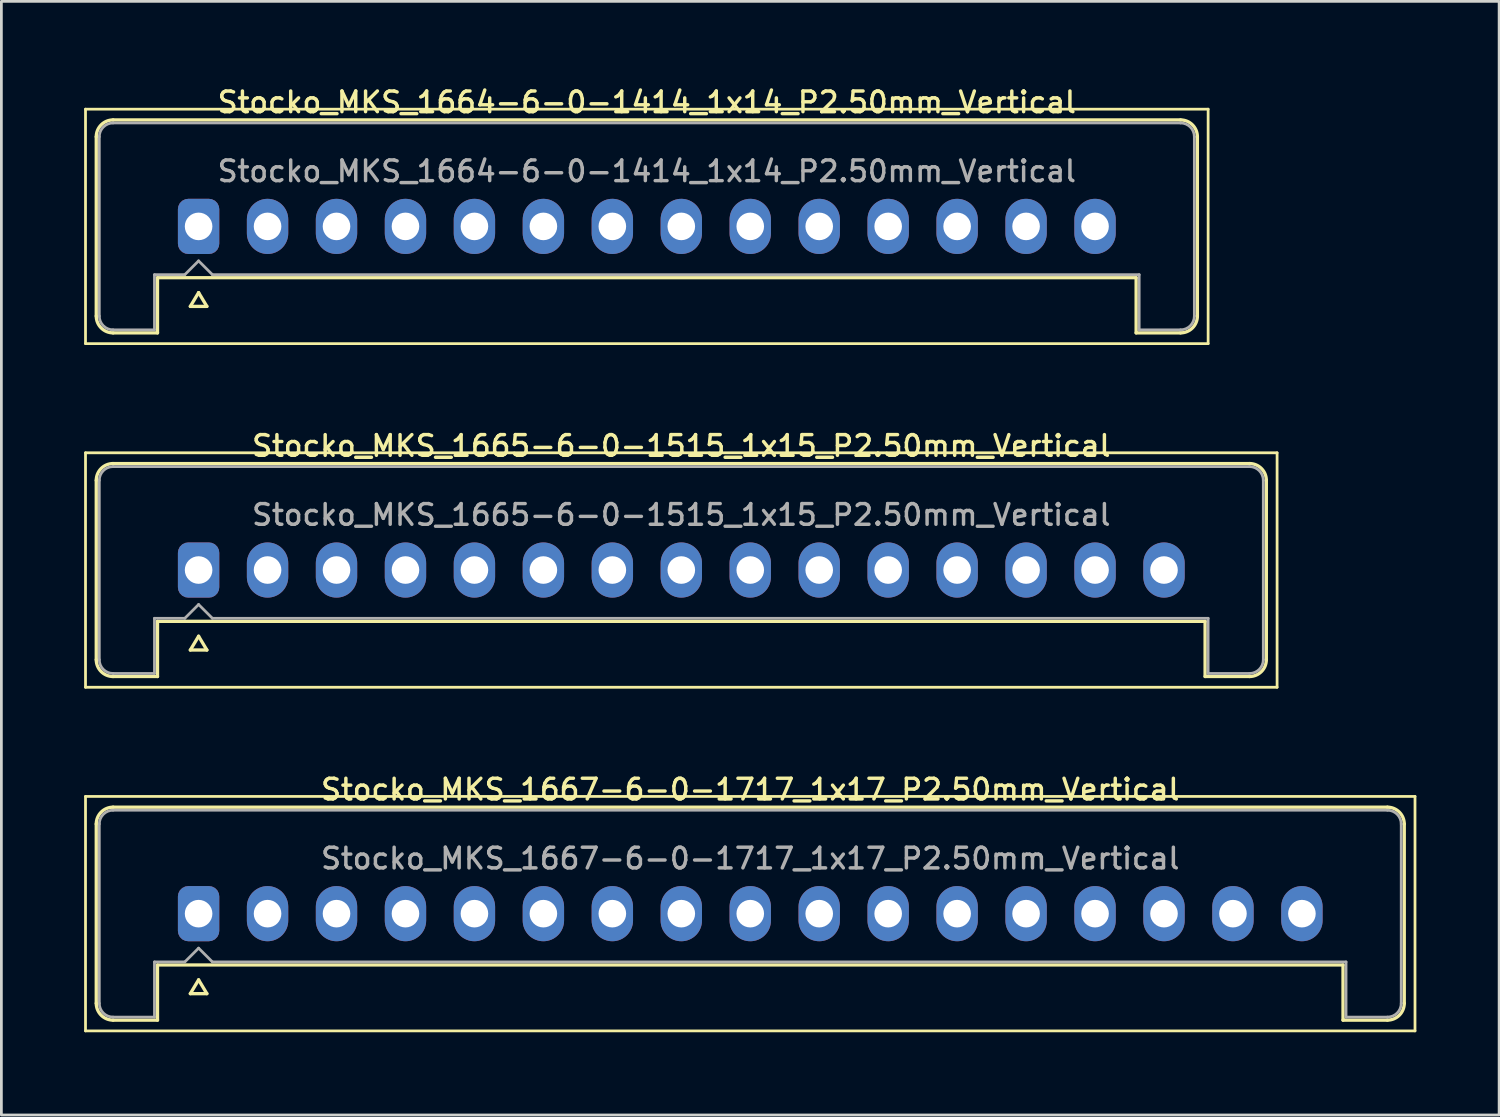
<source format=kicad_pcb>
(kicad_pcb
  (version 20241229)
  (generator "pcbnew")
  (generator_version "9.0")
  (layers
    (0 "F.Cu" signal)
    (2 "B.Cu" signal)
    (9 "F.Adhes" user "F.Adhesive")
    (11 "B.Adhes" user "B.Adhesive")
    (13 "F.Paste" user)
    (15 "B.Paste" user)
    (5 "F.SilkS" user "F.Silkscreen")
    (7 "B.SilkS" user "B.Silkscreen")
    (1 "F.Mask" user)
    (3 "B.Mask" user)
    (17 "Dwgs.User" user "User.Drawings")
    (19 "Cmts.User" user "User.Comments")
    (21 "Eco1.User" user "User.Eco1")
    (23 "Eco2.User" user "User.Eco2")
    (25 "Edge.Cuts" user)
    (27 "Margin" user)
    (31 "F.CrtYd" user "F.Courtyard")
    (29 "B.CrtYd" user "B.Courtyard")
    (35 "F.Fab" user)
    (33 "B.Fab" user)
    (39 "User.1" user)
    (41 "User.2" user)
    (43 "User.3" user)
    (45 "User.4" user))
  (footprint "Stocko_MKS_1665-6-0-1515_1x15_P2.50mm_Vertical"
    (layer "F.Cu")
    (at 4.15 17.616)
    (property "Reference" "Stocko_MKS_1665-6-0-1515_1x15_P2.50mm_Vertical" (at 17.5 -4.5 0) (layer "F.SilkS") (effects (font (size 0.75 0.75) (thickness 0.125))))
    (attr through_hole)
    (fp_line (start -4.1 -4.25) (end -4.1 4.25) (stroke (width 0.1) (type solid)) (layer "F.SilkS"))
    (fp_line (start -4.1 4.25) (end 39.1 4.25) (stroke (width 0.1) (type solid)) (layer "F.SilkS"))
    (fp_line (start -3.71 -3.25) (end -3.71 3.25) (stroke (width 0.12) (type solid)) (layer "F.SilkS"))
    (fp_line (start -3.1 -3.86) (end 38.1 -3.86) (stroke (width 0.12) (type solid)) (layer "F.SilkS"))
    (fp_line (start -3.1 3.86) (end -1.49 3.86) (stroke (width 0.12) (type solid)) (layer "F.SilkS"))
    (fp_line (start -1.49 1.86) (end 36.49 1.86) (stroke (width 0.12) (type solid)) (layer "F.SilkS"))
    (fp_line (start -1.49 3.86) (end -1.49 1.86) (stroke (width 0.12) (type solid)) (layer "F.SilkS"))
    (fp_line (start -0.3 2.9) (end 0.3 2.9) (stroke (width 0.12) (type solid)) (layer "F.SilkS"))
    (fp_line (start 0 2.4) (end -0.3 2.9) (stroke (width 0.12) (type solid)) (layer "F.SilkS"))
    (fp_line (start 0.3 2.9) (end 0 2.4) (stroke (width 0.12) (type solid)) (layer "F.SilkS"))
    (fp_line (start 36.49 3.86) (end 36.49 1.86) (stroke (width 0.12) (type solid)) (layer "F.SilkS"))
    (fp_line (start 38.1 3.86) (end 36.49 3.86) (stroke (width 0.12) (type solid)) (layer "F.SilkS"))
    (fp_line (start 38.71 -3.25) (end 38.71 3.25) (stroke (width 0.12) (type solid)) (layer "F.SilkS"))
    (fp_line (start 39.1 -4.25) (end -4.1 -4.25) (stroke (width 0.1) (type solid)) (layer "F.SilkS"))
    (fp_line (start 39.1 4.25) (end 39.1 -4.25) (stroke (width 0.1) (type solid)) (layer "F.SilkS"))
    (fp_arc (start -3.71 -3.25) (mid -3.531335 -3.681335) (end -3.1 -3.86) (stroke (width 0.12) (type solid)) (layer "F.SilkS"))
    (fp_arc (start -3.1 3.86) (mid -3.531335 3.681335) (end -3.71 3.25) (stroke (width 0.12) (type solid)) (layer "F.SilkS"))
    (fp_arc (start 38.1 -3.86) (mid 38.531335 -3.681335) (end 38.71 -3.25) (stroke (width 0.12) (type solid)) (layer "F.SilkS"))
    (fp_arc (start 38.71 3.25) (mid 38.531335 3.681335) (end 38.1 3.86) (stroke (width 0.12) (type solid)) (layer "F.SilkS"))
    (fp_line (start -3.6 -3.25) (end -3.6 3.25) (stroke (width 0.1) (type solid)) (layer "F.Fab"))
    (fp_line (start -3.1 -3.75) (end 38.1 -3.75) (stroke (width 0.1) (type solid)) (layer "F.Fab"))
    (fp_line (start -3.1 3.75) (end -1.6 3.75) (stroke (width 0.1) (type solid)) (layer "F.Fab"))
    (fp_line (start -1.6 1.75) (end -0.5 1.75) (stroke (width 0.1) (type solid)) (layer "F.Fab"))
    (fp_line (start -1.6 3.75) (end -1.6 1.75) (stroke (width 0.1) (type solid)) (layer "F.Fab"))
    (fp_line (start -0.5 1.75) (end 0 1.25) (stroke (width 0.1) (type solid)) (layer "F.Fab"))
    (fp_line (start 0 1.25) (end 0.5 1.75) (stroke (width 0.1) (type solid)) (layer "F.Fab"))
    (fp_line (start 0.5 1.75) (end 36.6 1.75) (stroke (width 0.1) (type solid)) (layer "F.Fab"))
    (fp_line (start 36.6 3.75) (end 36.6 1.75) (stroke (width 0.1) (type solid)) (layer "F.Fab"))
    (fp_line (start 38.1 3.75) (end 36.6 3.75) (stroke (width 0.1) (type solid)) (layer "F.Fab"))
    (fp_line (start 38.6 -3.25) (end 38.6 3.25) (stroke (width 0.1) (type solid)) (layer "F.Fab"))
    (fp_arc (start -3.6 -3.25) (mid -3.453553 -3.603553) (end -3.1 -3.75) (stroke (width 0.1) (type solid)) (layer "F.Fab"))
    (fp_arc (start -3.1 3.75) (mid -3.453553 3.603553) (end -3.6 3.25) (stroke (width 0.1) (type solid)) (layer "F.Fab"))
    (fp_arc (start 38.1 -3.75) (mid 38.453553 -3.603553) (end 38.6 -3.25) (stroke (width 0.1) (type solid)) (layer "F.Fab"))
    (fp_arc (start 38.6 3.25) (mid 38.453553 3.603553) (end 38.1 3.75) (stroke (width 0.1) (type solid)) (layer "F.Fab"))
    (fp_text user "${REFERENCE}" (at 17.5 -2 0) (layer "F.Fab") (effects (font (size 0.75 0.75) (thickness 0.125))))
    (pad "1" thru_hole roundrect (at 0 0) (size 1.5 2) (drill 1) (layers "*.Cu" "*.Mask") (roundrect_rratio 0.25))
    (pad "2" thru_hole oval (at 2.5 0) (size 1.5 2) (drill 1) (layers "*.Cu" "*.Mask"))
    (pad "3" thru_hole oval (at 5 0) (size 1.5 2) (drill 1) (layers "*.Cu" "*.Mask"))
    (pad "4" thru_hole oval (at 7.5 0) (size 1.5 2) (drill 1) (layers "*.Cu" "*.Mask"))
    (pad "5" thru_hole oval (at 10 0) (size 1.5 2) (drill 1) (layers "*.Cu" "*.Mask"))
    (pad "6" thru_hole oval (at 12.5 0) (size 1.5 2) (drill 1) (layers "*.Cu" "*.Mask"))
    (pad "7" thru_hole oval (at 15 0) (size 1.5 2) (drill 1) (layers "*.Cu" "*.Mask"))
    (pad "8" thru_hole oval (at 17.5 0) (size 1.5 2) (drill 1) (layers "*.Cu" "*.Mask"))
    (pad "9" thru_hole oval (at 20 0) (size 1.5 2) (drill 1) (layers "*.Cu" "*.Mask"))
    (pad "10" thru_hole oval (at 22.5 0) (size 1.5 2) (drill 1) (layers "*.Cu" "*.Mask"))
    (pad "11" thru_hole oval (at 25 0) (size 1.5 2) (drill 1) (layers "*.Cu" "*.Mask"))
    (pad "12" thru_hole oval (at 27.5 0) (size 1.5 2) (drill 1) (layers "*.Cu" "*.Mask"))
    (pad "13" thru_hole oval (at 30 0) (size 1.5 2) (drill 1) (layers "*.Cu" "*.Mask"))
    (pad "14" thru_hole oval (at 32.5 0) (size 1.5 2) (drill 1) (layers "*.Cu" "*.Mask"))
    (pad "15" thru_hole oval (at 35 0) (size 1.5 2) (drill 1) (layers "*.Cu" "*.Mask")))
  (footprint "Stocko_MKS_1667-6-0-1717_1x17_P2.50mm_Vertical"
    (layer "F.Cu")
    (at 4.15 30.074)
    (property "Reference" "Stocko_MKS_1667-6-0-1717_1x17_P2.50mm_Vertical" (at 20 -4.5 0) (layer "F.SilkS") (effects (font (size 0.75 0.75) (thickness 0.125))))
    (attr through_hole)
    (fp_line (start -4.1 -4.25) (end -4.1 4.25) (stroke (width 0.1) (type solid)) (layer "F.SilkS"))
    (fp_line (start -4.1 4.25) (end 44.1 4.25) (stroke (width 0.1) (type solid)) (layer "F.SilkS"))
    (fp_line (start -3.71 -3.25) (end -3.71 3.25) (stroke (width 0.12) (type solid)) (layer "F.SilkS"))
    (fp_line (start -3.1 -3.86) (end 43.1 -3.86) (stroke (width 0.12) (type solid)) (layer "F.SilkS"))
    (fp_line (start -3.1 3.86) (end -1.49 3.86) (stroke (width 0.12) (type solid)) (layer "F.SilkS"))
    (fp_line (start -1.49 1.86) (end 41.49 1.86) (stroke (width 0.12) (type solid)) (layer "F.SilkS"))
    (fp_line (start -1.49 3.86) (end -1.49 1.86) (stroke (width 0.12) (type solid)) (layer "F.SilkS"))
    (fp_line (start -0.3 2.9) (end 0.3 2.9) (stroke (width 0.12) (type solid)) (layer "F.SilkS"))
    (fp_line (start 0 2.4) (end -0.3 2.9) (stroke (width 0.12) (type solid)) (layer "F.SilkS"))
    (fp_line (start 0.3 2.9) (end 0 2.4) (stroke (width 0.12) (type solid)) (layer "F.SilkS"))
    (fp_line (start 41.49 3.86) (end 41.49 1.86) (stroke (width 0.12) (type solid)) (layer "F.SilkS"))
    (fp_line (start 43.1 3.86) (end 41.49 3.86) (stroke (width 0.12) (type solid)) (layer "F.SilkS"))
    (fp_line (start 43.71 -3.25) (end 43.71 3.25) (stroke (width 0.12) (type solid)) (layer "F.SilkS"))
    (fp_line (start 44.1 -4.25) (end -4.1 -4.25) (stroke (width 0.1) (type solid)) (layer "F.SilkS"))
    (fp_line (start 44.1 4.25) (end 44.1 -4.25) (stroke (width 0.1) (type solid)) (layer "F.SilkS"))
    (fp_arc (start -3.71 -3.25) (mid -3.531335 -3.681335) (end -3.1 -3.86) (stroke (width 0.12) (type solid)) (layer "F.SilkS"))
    (fp_arc (start -3.1 3.86) (mid -3.531335 3.681335) (end -3.71 3.25) (stroke (width 0.12) (type solid)) (layer "F.SilkS"))
    (fp_arc (start 43.1 -3.86) (mid 43.531335 -3.681335) (end 43.71 -3.25) (stroke (width 0.12) (type solid)) (layer "F.SilkS"))
    (fp_arc (start 43.71 3.25) (mid 43.531335 3.681335) (end 43.1 3.86) (stroke (width 0.12) (type solid)) (layer "F.SilkS"))
    (fp_line (start -3.6 -3.25) (end -3.6 3.25) (stroke (width 0.1) (type solid)) (layer "F.Fab"))
    (fp_line (start -3.1 -3.75) (end 43.1 -3.75) (stroke (width 0.1) (type solid)) (layer "F.Fab"))
    (fp_line (start -3.1 3.75) (end -1.6 3.75) (stroke (width 0.1) (type solid)) (layer "F.Fab"))
    (fp_line (start -1.6 1.75) (end -0.5 1.75) (stroke (width 0.1) (type solid)) (layer "F.Fab"))
    (fp_line (start -1.6 3.75) (end -1.6 1.75) (stroke (width 0.1) (type solid)) (layer "F.Fab"))
    (fp_line (start -0.5 1.75) (end 0 1.25) (stroke (width 0.1) (type solid)) (layer "F.Fab"))
    (fp_line (start 0 1.25) (end 0.5 1.75) (stroke (width 0.1) (type solid)) (layer "F.Fab"))
    (fp_line (start 0.5 1.75) (end 41.6 1.75) (stroke (width 0.1) (type solid)) (layer "F.Fab"))
    (fp_line (start 41.6 3.75) (end 41.6 1.75) (stroke (width 0.1) (type solid)) (layer "F.Fab"))
    (fp_line (start 43.1 3.75) (end 41.6 3.75) (stroke (width 0.1) (type solid)) (layer "F.Fab"))
    (fp_line (start 43.6 -3.25) (end 43.6 3.25) (stroke (width 0.1) (type solid)) (layer "F.Fab"))
    (fp_arc (start -3.6 -3.25) (mid -3.453553 -3.603553) (end -3.1 -3.75) (stroke (width 0.1) (type solid)) (layer "F.Fab"))
    (fp_arc (start -3.1 3.75) (mid -3.453553 3.603553) (end -3.6 3.25) (stroke (width 0.1) (type solid)) (layer "F.Fab"))
    (fp_arc (start 43.1 -3.75) (mid 43.453553 -3.603553) (end 43.6 -3.25) (stroke (width 0.1) (type solid)) (layer "F.Fab"))
    (fp_arc (start 43.6 3.25) (mid 43.453553 3.603553) (end 43.1 3.75) (stroke (width 0.1) (type solid)) (layer "F.Fab"))
    (fp_text user "${REFERENCE}" (at 20 -2 0) (layer "F.Fab") (effects (font (size 0.75 0.75) (thickness 0.125))))
    (pad "1" thru_hole roundrect (at 0 0) (size 1.5 2) (drill 1) (layers "*.Cu" "*.Mask") (roundrect_rratio 0.25))
    (pad "2" thru_hole oval (at 2.5 0) (size 1.5 2) (drill 1) (layers "*.Cu" "*.Mask"))
    (pad "3" thru_hole oval (at 5 0) (size 1.5 2) (drill 1) (layers "*.Cu" "*.Mask"))
    (pad "4" thru_hole oval (at 7.5 0) (size 1.5 2) (drill 1) (layers "*.Cu" "*.Mask"))
    (pad "5" thru_hole oval (at 10 0) (size 1.5 2) (drill 1) (layers "*.Cu" "*.Mask"))
    (pad "6" thru_hole oval (at 12.5 0) (size 1.5 2) (drill 1) (layers "*.Cu" "*.Mask"))
    (pad "7" thru_hole oval (at 15 0) (size 1.5 2) (drill 1) (layers "*.Cu" "*.Mask"))
    (pad "8" thru_hole oval (at 17.5 0) (size 1.5 2) (drill 1) (layers "*.Cu" "*.Mask"))
    (pad "9" thru_hole oval (at 20 0) (size 1.5 2) (drill 1) (layers "*.Cu" "*.Mask"))
    (pad "10" thru_hole oval (at 22.5 0) (size 1.5 2) (drill 1) (layers "*.Cu" "*.Mask"))
    (pad "11" thru_hole oval (at 25 0) (size 1.5 2) (drill 1) (layers "*.Cu" "*.Mask"))
    (pad "12" thru_hole oval (at 27.5 0) (size 1.5 2) (drill 1) (layers "*.Cu" "*.Mask"))
    (pad "13" thru_hole oval (at 30 0) (size 1.5 2) (drill 1) (layers "*.Cu" "*.Mask"))
    (pad "14" thru_hole oval (at 32.5 0) (size 1.5 2) (drill 1) (layers "*.Cu" "*.Mask"))
    (pad "15" thru_hole oval (at 35 0) (size 1.5 2) (drill 1) (layers "*.Cu" "*.Mask"))
    (pad "16" thru_hole oval (at 37.5 0) (size 1.5 2) (drill 1) (layers "*.Cu" "*.Mask"))
    (pad "17" thru_hole oval (at 40 0) (size 1.5 2) (drill 1) (layers "*.Cu" "*.Mask")))
  (footprint "Stocko_MKS_1664-6-0-1414_1x14_P2.50mm_Vertical"
    (layer "F.Cu")
    (at 4.15 5.158)
    (property "Reference" "Stocko_MKS_1664-6-0-1414_1x14_P2.50mm_Vertical" (at 16.25 -4.5 0) (layer "F.SilkS") (effects (font (size 0.75 0.75) (thickness 0.125))))
    (attr through_hole)
    (fp_line (start -4.1 -4.25) (end -4.1 4.25) (stroke (width 0.1) (type solid)) (layer "F.SilkS"))
    (fp_line (start -4.1 4.25) (end 36.6 4.25) (stroke (width 0.1) (type solid)) (layer "F.SilkS"))
    (fp_line (start -3.71 -3.25) (end -3.71 3.25) (stroke (width 0.12) (type solid)) (layer "F.SilkS"))
    (fp_line (start -3.1 -3.86) (end 35.6 -3.86) (stroke (width 0.12) (type solid)) (layer "F.SilkS"))
    (fp_line (start -3.1 3.86) (end -1.49 3.86) (stroke (width 0.12) (type solid)) (layer "F.SilkS"))
    (fp_line (start -1.49 1.86) (end 33.99 1.86) (stroke (width 0.12) (type solid)) (layer "F.SilkS"))
    (fp_line (start -1.49 3.86) (end -1.49 1.86) (stroke (width 0.12) (type solid)) (layer "F.SilkS"))
    (fp_line (start -0.3 2.9) (end 0.3 2.9) (stroke (width 0.12) (type solid)) (layer "F.SilkS"))
    (fp_line (start 0 2.4) (end -0.3 2.9) (stroke (width 0.12) (type solid)) (layer "F.SilkS"))
    (fp_line (start 0.3 2.9) (end 0 2.4) (stroke (width 0.12) (type solid)) (layer "F.SilkS"))
    (fp_line (start 33.99 3.86) (end 33.99 1.86) (stroke (width 0.12) (type solid)) (layer "F.SilkS"))
    (fp_line (start 35.6 3.86) (end 33.99 3.86) (stroke (width 0.12) (type solid)) (layer "F.SilkS"))
    (fp_line (start 36.21 -3.25) (end 36.21 3.25) (stroke (width 0.12) (type solid)) (layer "F.SilkS"))
    (fp_line (start 36.6 -4.25) (end -4.1 -4.25) (stroke (width 0.1) (type solid)) (layer "F.SilkS"))
    (fp_line (start 36.6 4.25) (end 36.6 -4.25) (stroke (width 0.1) (type solid)) (layer "F.SilkS"))
    (fp_arc (start -3.71 -3.25) (mid -3.531335 -3.681335) (end -3.1 -3.86) (stroke (width 0.12) (type solid)) (layer "F.SilkS"))
    (fp_arc (start -3.1 3.86) (mid -3.531335 3.681335) (end -3.71 3.25) (stroke (width 0.12) (type solid)) (layer "F.SilkS"))
    (fp_arc (start 35.6 -3.86) (mid 36.031335 -3.681335) (end 36.21 -3.25) (stroke (width 0.12) (type solid)) (layer "F.SilkS"))
    (fp_arc (start 36.21 3.25) (mid 36.031335 3.681335) (end 35.6 3.86) (stroke (width 0.12) (type solid)) (layer "F.SilkS"))
    (fp_line (start -3.6 -3.25) (end -3.6 3.25) (stroke (width 0.1) (type solid)) (layer "F.Fab"))
    (fp_line (start -3.1 -3.75) (end 35.6 -3.75) (stroke (width 0.1) (type solid)) (layer "F.Fab"))
    (fp_line (start -3.1 3.75) (end -1.6 3.75) (stroke (width 0.1) (type solid)) (layer "F.Fab"))
    (fp_line (start -1.6 1.75) (end -0.5 1.75) (stroke (width 0.1) (type solid)) (layer "F.Fab"))
    (fp_line (start -1.6 3.75) (end -1.6 1.75) (stroke (width 0.1) (type solid)) (layer "F.Fab"))
    (fp_line (start -0.5 1.75) (end 0 1.25) (stroke (width 0.1) (type solid)) (layer "F.Fab"))
    (fp_line (start 0 1.25) (end 0.5 1.75) (stroke (width 0.1) (type solid)) (layer "F.Fab"))
    (fp_line (start 0.5 1.75) (end 34.1 1.75) (stroke (width 0.1) (type solid)) (layer "F.Fab"))
    (fp_line (start 34.1 3.75) (end 34.1 1.75) (stroke (width 0.1) (type solid)) (layer "F.Fab"))
    (fp_line (start 35.6 3.75) (end 34.1 3.75) (stroke (width 0.1) (type solid)) (layer "F.Fab"))
    (fp_line (start 36.1 -3.25) (end 36.1 3.25) (stroke (width 0.1) (type solid)) (layer "F.Fab"))
    (fp_arc (start -3.6 -3.25) (mid -3.453553 -3.603553) (end -3.1 -3.75) (stroke (width 0.1) (type solid)) (layer "F.Fab"))
    (fp_arc (start -3.1 3.75) (mid -3.453553 3.603553) (end -3.6 3.25) (stroke (width 0.1) (type solid)) (layer "F.Fab"))
    (fp_arc (start 35.6 -3.75) (mid 35.953553 -3.603553) (end 36.1 -3.25) (stroke (width 0.1) (type solid)) (layer "F.Fab"))
    (fp_arc (start 36.1 3.25) (mid 35.953553 3.603553) (end 35.6 3.75) (stroke (width 0.1) (type solid)) (layer "F.Fab"))
    (fp_text user "${REFERENCE}" (at 16.25 -2 0) (layer "F.Fab") (effects (font (size 0.75 0.75) (thickness 0.125))))
    (pad "1" thru_hole roundrect (at 0 0) (size 1.5 2) (drill 1) (layers "*.Cu" "*.Mask") (roundrect_rratio 0.25))
    (pad "2" thru_hole oval (at 2.5 0) (size 1.5 2) (drill 1) (layers "*.Cu" "*.Mask"))
    (pad "3" thru_hole oval (at 5 0) (size 1.5 2) (drill 1) (layers "*.Cu" "*.Mask"))
    (pad "4" thru_hole oval (at 7.5 0) (size 1.5 2) (drill 1) (layers "*.Cu" "*.Mask"))
    (pad "5" thru_hole oval (at 10 0) (size 1.5 2) (drill 1) (layers "*.Cu" "*.Mask"))
    (pad "6" thru_hole oval (at 12.5 0) (size 1.5 2) (drill 1) (layers "*.Cu" "*.Mask"))
    (pad "7" thru_hole oval (at 15 0) (size 1.5 2) (drill 1) (layers "*.Cu" "*.Mask"))
    (pad "8" thru_hole oval (at 17.5 0) (size 1.5 2) (drill 1) (layers "*.Cu" "*.Mask"))
    (pad "9" thru_hole oval (at 20 0) (size 1.5 2) (drill 1) (layers "*.Cu" "*.Mask"))
    (pad "10" thru_hole oval (at 22.5 0) (size 1.5 2) (drill 1) (layers "*.Cu" "*.Mask"))
    (pad "11" thru_hole oval (at 25 0) (size 1.5 2) (drill 1) (layers "*.Cu" "*.Mask"))
    (pad "12" thru_hole oval (at 27.5 0) (size 1.5 2) (drill 1) (layers "*.Cu" "*.Mask"))
    (pad "13" thru_hole oval (at 30 0) (size 1.5 2) (drill 1) (layers "*.Cu" "*.Mask"))
    (pad "14" thru_hole oval (at 32.5 0) (size 1.5 2) (drill 1) (layers "*.Cu" "*.Mask")))
  (gr_rect
    (start -3 -3)
    (end 51.3 37.374)
    (stroke (width 0.1) (type default))
    (fill no)
    (layer "Edge.Cuts")))
</source>
